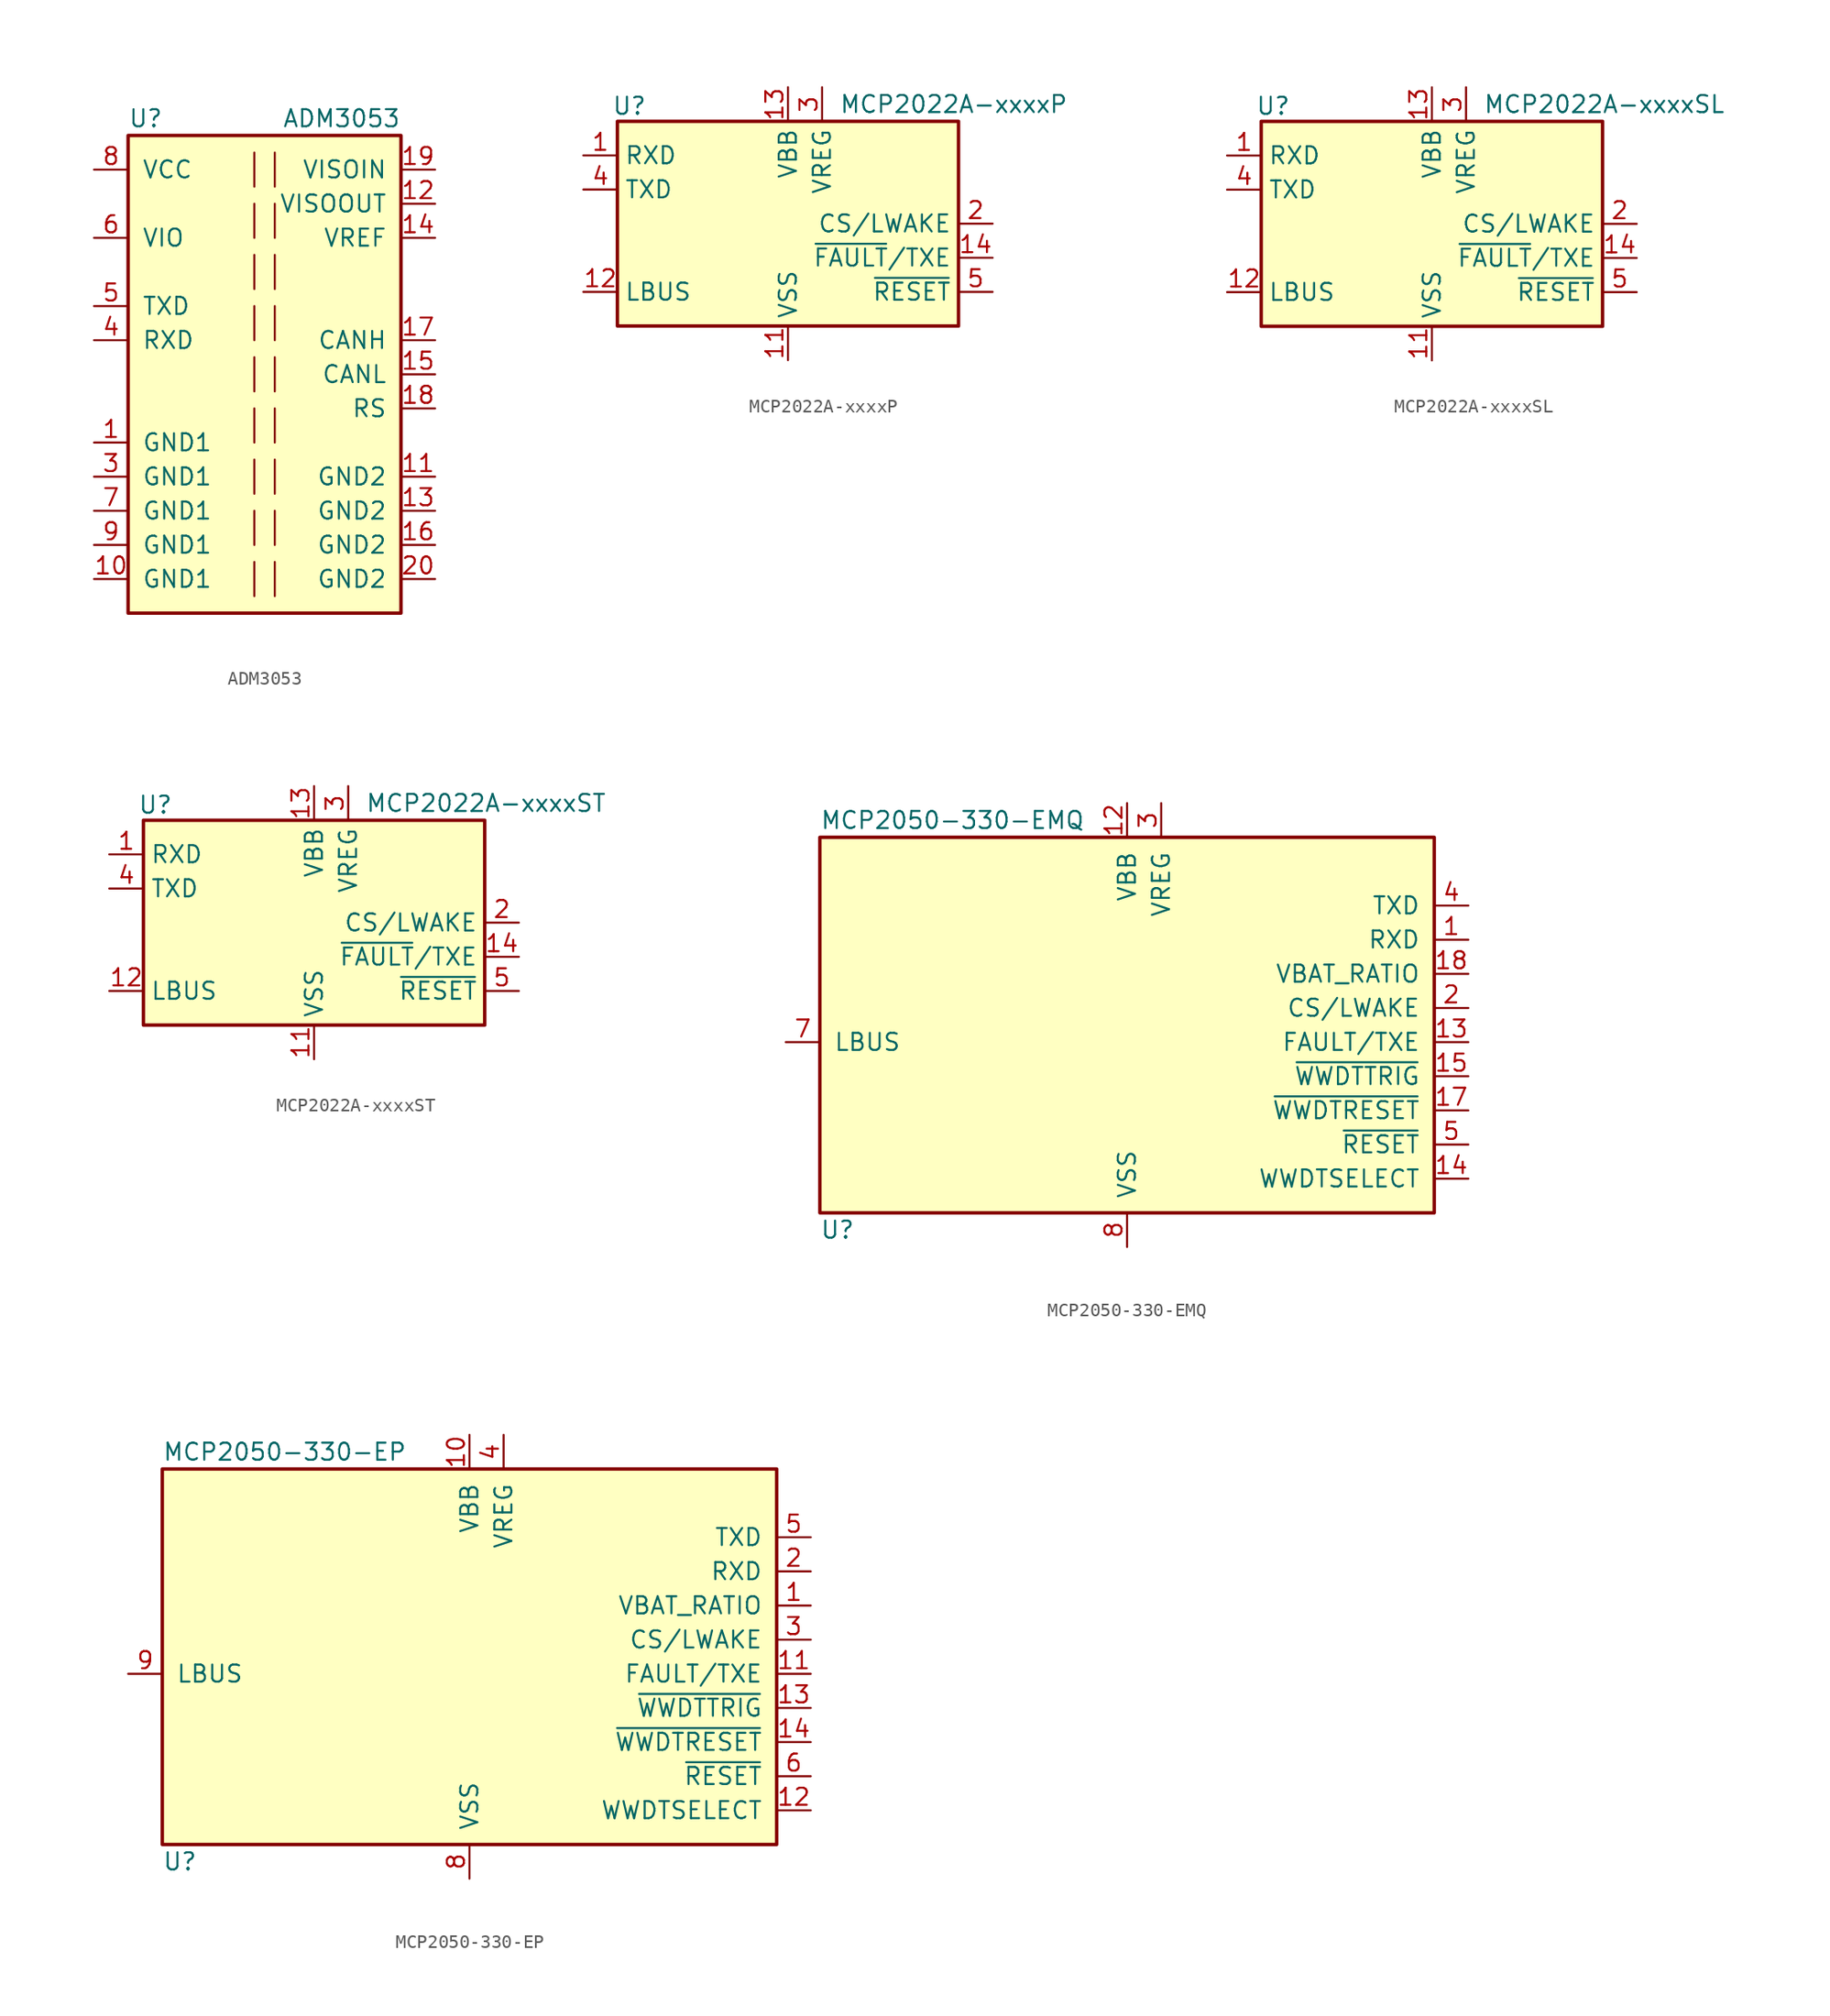
<source format=kicad_sym>
(kicad_symbol_lib
  (version 20200908)
  (generator kicad_symbol_editor)
  (symbol "Interface_CAN_LIN:ADM3053"
    (pin_names
      (offset 1.016))
    (property "Reference" "U"
      (at -10.16 19.05 0)
      (effects (font (size 1.27 1.27)) (justify left)))
    (property "Value" "ADM3053"
      (at 10.16 19.05 0)
      (effects (font (size 1.27 1.27)) (justify right)))
    (symbol "ADM3053_0_1"
      (rectangle (start -10.16 17.78) (end 10.16 -17.78) (stroke (width 0.254)) (fill (type background)))
      (polyline (pts (xy -0.762 -13.97) (xy -0.762 -16.51)) (stroke (width 0)) (fill (type none)))
      (polyline (pts (xy -0.762 -10.16) (xy -0.762 -12.7)) (stroke (width 0)) (fill (type none)))
      (polyline (pts (xy -0.762 -6.35) (xy -0.762 -8.89)) (stroke (width 0)) (fill (type none)))
      (polyline (pts (xy -0.762 -2.54) (xy -0.762 -5.08)) (stroke (width 0)) (fill (type none)))
      (polyline (pts (xy -0.762 1.27) (xy -0.762 -1.27)) (stroke (width 0)) (fill (type none)))
      (polyline (pts (xy -0.762 5.08) (xy -0.762 2.54)) (stroke (width 0)) (fill (type none)))
      (polyline (pts (xy -0.762 8.89) (xy -0.762 6.35)) (stroke (width 0)) (fill (type none)))
      (polyline (pts (xy -0.762 12.7) (xy -0.762 10.16)) (stroke (width 0)) (fill (type none)))
      (polyline (pts (xy -0.762 16.51) (xy -0.762 13.97)) (stroke (width 0)) (fill (type none)))
      (polyline (pts (xy 0.762 -13.97) (xy 0.762 -16.51)) (stroke (width 0)) (fill (type none)))
      (polyline (pts (xy 0.762 -10.16) (xy 0.762 -12.7)) (stroke (width 0)) (fill (type none)))
      (polyline (pts (xy 0.762 -6.35) (xy 0.762 -8.89)) (stroke (width 0)) (fill (type none)))
      (polyline (pts (xy 0.762 -2.54) (xy 0.762 -5.08)) (stroke (width 0)) (fill (type none)))
      (polyline (pts (xy 0.762 1.27) (xy 0.762 -1.27)) (stroke (width 0)) (fill (type none)))
      (polyline (pts (xy 0.762 2.54) (xy 0.762 5.08)) (stroke (width 0)) (fill (type none)))
      (polyline (pts (xy 0.762 6.35) (xy 0.762 8.89)) (stroke (width 0)) (fill (type none)))
      (polyline (pts (xy 0.762 10.16) (xy 0.762 12.7)) (stroke (width 0)) (fill (type none)))
      (polyline (pts (xy 0.762 13.97) (xy 0.762 16.51)) (stroke (width 0)) (fill (type none))))
    (symbol "ADM3053_1_1"
      (pin power_in line (at -12.7 -5.08 0) (length 2.54) (name "GND1" (effects (font (size 1.27 1.27)))) (number "1" (effects (font (size 1.27 1.27)))))
      (pin power_in line (at -12.7 -15.24 0) (length 2.54) (name "GND1" (effects (font (size 1.27 1.27)))) (number "10" (effects (font (size 1.27 1.27)))))
      (pin power_in line (at 12.7 -7.62 180) (length 2.54) (name "GND2" (effects (font (size 1.27 1.27)))) (number "11" (effects (font (size 1.27 1.27)))))
      (pin power_out line (at 12.7 12.7 180) (length 2.54) (name "VISOOUT" (effects (font (size 1.27 1.27)))) (number "12" (effects (font (size 1.27 1.27)))))
      (pin power_in line (at 12.7 -10.16 180) (length 2.54) (name "GND2" (effects (font (size 1.27 1.27)))) (number "13" (effects (font (size 1.27 1.27)))))
      (pin input line (at 12.7 10.16 180) (length 2.54) (name "VREF" (effects (font (size 1.27 1.27)))) (number "14" (effects (font (size 1.27 1.27)))))
      (pin bidirectional line (at 12.7 0 180) (length 2.54) (name "CANL" (effects (font (size 1.27 1.27)))) (number "15" (effects (font (size 1.27 1.27)))))
      (pin power_in line (at 12.7 -12.7 180) (length 2.54) (name "GND2" (effects (font (size 1.27 1.27)))) (number "16" (effects (font (size 1.27 1.27)))))
      (pin bidirectional line (at 12.7 2.54 180) (length 2.54) (name "CANH" (effects (font (size 1.27 1.27)))) (number "17" (effects (font (size 1.27 1.27)))))
      (pin input line (at 12.7 -2.54 180) (length 2.54) (name "RS" (effects (font (size 1.27 1.27)))) (number "18" (effects (font (size 1.27 1.27)))))
      (pin power_in line (at 12.7 15.24 180) (length 2.54) (name "VISOIN" (effects (font (size 1.27 1.27)))) (number "19" (effects (font (size 1.27 1.27)))))
      (pin unconnected line (at -2.54 -17.78 90) (length 2.54) hide (name "NC" (effects (font (size 1.27 1.27)))) (number "2" (effects (font (size 1.27 1.27)))))
      (pin power_in line (at 12.7 -15.24 180) (length 2.54) (name "GND2" (effects (font (size 1.27 1.27)))) (number "20" (effects (font (size 1.27 1.27)))))
      (pin power_in line (at -12.7 -7.62 0) (length 2.54) (name "GND1" (effects (font (size 1.27 1.27)))) (number "3" (effects (font (size 1.27 1.27)))))
      (pin output line (at -12.7 2.54 0) (length 2.54) (name "RXD" (effects (font (size 1.27 1.27)))) (number "4" (effects (font (size 1.27 1.27)))))
      (pin input line (at -12.7 5.08 0) (length 2.54) (name "TXD" (effects (font (size 1.27 1.27)))) (number "5" (effects (font (size 1.27 1.27)))))
      (pin power_in line (at -12.7 10.16 0) (length 2.54) (name "VIO" (effects (font (size 1.27 1.27)))) (number "6" (effects (font (size 1.27 1.27)))))
      (pin power_in line (at -12.7 -10.16 0) (length 2.54) (name "GND1" (effects (font (size 1.27 1.27)))) (number "7" (effects (font (size 1.27 1.27)))))
      (pin power_in line (at -12.7 15.24 0) (length 2.54) (name "VCC" (effects (font (size 1.27 1.27)))) (number "8" (effects (font (size 1.27 1.27)))))
      (pin power_in line (at -12.7 -12.7 0) (length 2.54) (name "GND1" (effects (font (size 1.27 1.27)))) (number "9" (effects (font (size 1.27 1.27)))))))
  (symbol "Interface_CAN_LIN:MCP2022A-xxxxP"
    (property "Reference" "U"
      (at -11.811 8.763 0)
      (effects (font (size 1.27 1.27))))
    (property "Value" "MCP2022A-xxxxP"
      (at 3.81 8.89 0)
      (effects (font (size 1.27 1.27)) (justify left)))
    (symbol "MCP2022A-xxxxP_0_1"
      (rectangle (start -12.7 7.62) (end 12.7 -7.62) (stroke (width 0.254)) (fill (type background))))
    (symbol "MCP2022A-xxxxP_1_1"
      (pin output line (at -15.24 5.08 0) (length 2.54) (name "RXD" (effects (font (size 1.27 1.27)))) (number "1" (effects (font (size 1.27 1.27)))))
      (pin unconnected line (at -10.16 -7.62 90) (length 2.54) hide (name "NC" (effects (font (size 1.27 1.27)))) (number "10" (effects (font (size 1.27 1.27)))))
      (pin power_in line (at 0 -10.16 90) (length 2.54) (name "VSS" (effects (font (size 1.27 1.27)))) (number "11" (effects (font (size 1.27 1.27)))))
      (pin open_collector line (at -15.24 -5.08 0) (length 2.54) (name "LBUS" (effects (font (size 1.27 1.27)))) (number "12" (effects (font (size 1.27 1.27)))))
      (pin power_in line (at 0 10.16 270) (length 2.54) (name "VBB" (effects (font (size 1.27 1.27)))) (number "13" (effects (font (size 1.27 1.27)))))
      (pin open_collector line (at 15.24 -2.54 180) (length 2.54) (name "~FAULT~/TXE" (effects (font (size 1.27 1.27)))) (number "14" (effects (font (size 1.27 1.27)))))
      (pin input line (at 15.24 0 180) (length 2.54) (name "CS/LWAKE" (effects (font (size 1.27 1.27)))) (number "2" (effects (font (size 1.27 1.27)))))
      (pin power_out line (at 2.54 10.16 270) (length 2.54) (name "VREG" (effects (font (size 1.27 1.27)))) (number "3" (effects (font (size 1.27 1.27)))))
      (pin input line (at -15.24 2.54 0) (length 2.54) (name "TXD" (effects (font (size 1.27 1.27)))) (number "4" (effects (font (size 1.27 1.27)))))
      (pin output line (at 15.24 -5.08 180) (length 2.54) (name "~RESET" (effects (font (size 1.27 1.27)))) (number "5" (effects (font (size 1.27 1.27)))))
      (pin unconnected line (at 2.54 -7.62 90) (length 2.54) hide (name "NC" (effects (font (size 1.27 1.27)))) (number "6" (effects (font (size 1.27 1.27)))))
      (pin unconnected line (at -2.54 -7.62 90) (length 2.54) hide (name "NC" (effects (font (size 1.27 1.27)))) (number "7" (effects (font (size 1.27 1.27)))))
      (pin unconnected line (at -5.08 -7.62 90) (length 2.54) hide (name "NC" (effects (font (size 1.27 1.27)))) (number "8" (effects (font (size 1.27 1.27)))))
      (pin unconnected line (at -7.62 -7.62 90) (length 2.54) hide (name "NC" (effects (font (size 1.27 1.27)))) (number "9" (effects (font (size 1.27 1.27)))))))
  (symbol "Interface_CAN_LIN:MCP2022A-xxxxSL"
    (property "Reference" "U"
      (at -11.811 8.763 0)
      (effects (font (size 1.27 1.27))))
    (property "Value" "MCP2022A-xxxxSL"
      (at 3.81 8.89 0)
      (effects (font (size 1.27 1.27)) (justify left)))
    (symbol "MCP2022A-xxxxSL_0_1"
      (rectangle (start -12.7 7.62) (end 12.7 -7.62) (stroke (width 0.254)) (fill (type background))))
    (symbol "MCP2022A-xxxxSL_1_1"
      (pin output line (at -15.24 5.08 0) (length 2.54) (name "RXD" (effects (font (size 1.27 1.27)))) (number "1" (effects (font (size 1.27 1.27)))))
      (pin unconnected line (at -10.16 -7.62 90) (length 2.54) hide (name "NC" (effects (font (size 1.27 1.27)))) (number "10" (effects (font (size 1.27 1.27)))))
      (pin power_in line (at 0 -10.16 90) (length 2.54) (name "VSS" (effects (font (size 1.27 1.27)))) (number "11" (effects (font (size 1.27 1.27)))))
      (pin open_collector line (at -15.24 -5.08 0) (length 2.54) (name "LBUS" (effects (font (size 1.27 1.27)))) (number "12" (effects (font (size 1.27 1.27)))))
      (pin power_in line (at 0 10.16 270) (length 2.54) (name "VBB" (effects (font (size 1.27 1.27)))) (number "13" (effects (font (size 1.27 1.27)))))
      (pin open_collector line (at 15.24 -2.54 180) (length 2.54) (name "~FAULT~/TXE" (effects (font (size 1.27 1.27)))) (number "14" (effects (font (size 1.27 1.27)))))
      (pin input line (at 15.24 0 180) (length 2.54) (name "CS/LWAKE" (effects (font (size 1.27 1.27)))) (number "2" (effects (font (size 1.27 1.27)))))
      (pin power_out line (at 2.54 10.16 270) (length 2.54) (name "VREG" (effects (font (size 1.27 1.27)))) (number "3" (effects (font (size 1.27 1.27)))))
      (pin input line (at -15.24 2.54 0) (length 2.54) (name "TXD" (effects (font (size 1.27 1.27)))) (number "4" (effects (font (size 1.27 1.27)))))
      (pin output line (at 15.24 -5.08 180) (length 2.54) (name "~RESET" (effects (font (size 1.27 1.27)))) (number "5" (effects (font (size 1.27 1.27)))))
      (pin unconnected line (at 2.54 -7.62 90) (length 2.54) hide (name "NC" (effects (font (size 1.27 1.27)))) (number "6" (effects (font (size 1.27 1.27)))))
      (pin unconnected line (at -2.54 -7.62 90) (length 2.54) hide (name "NC" (effects (font (size 1.27 1.27)))) (number "7" (effects (font (size 1.27 1.27)))))
      (pin unconnected line (at -5.08 -7.62 90) (length 2.54) hide (name "NC" (effects (font (size 1.27 1.27)))) (number "8" (effects (font (size 1.27 1.27)))))
      (pin unconnected line (at -7.62 -7.62 90) (length 2.54) hide (name "NC" (effects (font (size 1.27 1.27)))) (number "9" (effects (font (size 1.27 1.27)))))))
  (symbol "Interface_CAN_LIN:MCP2022A-xxxxST"
    (property "Reference" "U"
      (at -11.811 8.763 0)
      (effects (font (size 1.27 1.27))))
    (property "Value" "MCP2022A-xxxxST"
      (at 3.81 8.89 0)
      (effects (font (size 1.27 1.27)) (justify left)))
    (symbol "MCP2022A-xxxxST_0_1"
      (rectangle (start -12.7 7.62) (end 12.7 -7.62) (stroke (width 0.254)) (fill (type background))))
    (symbol "MCP2022A-xxxxST_1_1"
      (pin output line (at -15.24 5.08 0) (length 2.54) (name "RXD" (effects (font (size 1.27 1.27)))) (number "1" (effects (font (size 1.27 1.27)))))
      (pin unconnected line (at -10.16 -7.62 90) (length 2.54) hide (name "NC" (effects (font (size 1.27 1.27)))) (number "10" (effects (font (size 1.27 1.27)))))
      (pin power_in line (at 0 -10.16 90) (length 2.54) (name "VSS" (effects (font (size 1.27 1.27)))) (number "11" (effects (font (size 1.27 1.27)))))
      (pin open_collector line (at -15.24 -5.08 0) (length 2.54) (name "LBUS" (effects (font (size 1.27 1.27)))) (number "12" (effects (font (size 1.27 1.27)))))
      (pin power_in line (at 0 10.16 270) (length 2.54) (name "VBB" (effects (font (size 1.27 1.27)))) (number "13" (effects (font (size 1.27 1.27)))))
      (pin open_collector line (at 15.24 -2.54 180) (length 2.54) (name "~FAULT~/TXE" (effects (font (size 1.27 1.27)))) (number "14" (effects (font (size 1.27 1.27)))))
      (pin input line (at 15.24 0 180) (length 2.54) (name "CS/LWAKE" (effects (font (size 1.27 1.27)))) (number "2" (effects (font (size 1.27 1.27)))))
      (pin power_out line (at 2.54 10.16 270) (length 2.54) (name "VREG" (effects (font (size 1.27 1.27)))) (number "3" (effects (font (size 1.27 1.27)))))
      (pin input line (at -15.24 2.54 0) (length 2.54) (name "TXD" (effects (font (size 1.27 1.27)))) (number "4" (effects (font (size 1.27 1.27)))))
      (pin output line (at 15.24 -5.08 180) (length 2.54) (name "~RESET" (effects (font (size 1.27 1.27)))) (number "5" (effects (font (size 1.27 1.27)))))
      (pin unconnected line (at 2.54 -7.62 90) (length 2.54) hide (name "NC" (effects (font (size 1.27 1.27)))) (number "6" (effects (font (size 1.27 1.27)))))
      (pin unconnected line (at -2.54 -7.62 90) (length 2.54) hide (name "NC" (effects (font (size 1.27 1.27)))) (number "7" (effects (font (size 1.27 1.27)))))
      (pin unconnected line (at -5.08 -7.62 90) (length 2.54) hide (name "NC" (effects (font (size 1.27 1.27)))) (number "8" (effects (font (size 1.27 1.27)))))
      (pin unconnected line (at -7.62 -7.62 90) (length 2.54) hide (name "NC" (effects (font (size 1.27 1.27)))) (number "9" (effects (font (size 1.27 1.27)))))))
  (symbol "Interface_CAN_LIN:MCP2050-330-EMQ"
    (pin_names
      (offset 1.016))
    (property "Reference" "U"
      (at -22.86 -13.97 0)
      (effects (font (size 1.27 1.27)) (justify left)))
    (property "Value" "MCP2050-330-EMQ"
      (at -22.86 16.51 0)
      (effects (font (size 1.27 1.27)) (justify left)))
    (symbol "MCP2050-330-EMQ_0_1"
      (rectangle (start -22.86 15.24) (end 22.86 -12.7) (stroke (width 0.254)) (fill (type background))))
    (symbol "MCP2050-330-EMQ_1_1"
      (pin output line (at 25.4 7.62 180) (length 2.54) (name "RXD" (effects (font (size 1.27 1.27)))) (number "1" (effects (font (size 1.27 1.27)))))
      (pin unconnected line (at -25.4 7.62 0) (length 2.54) hide (name "NC" (effects (font (size 1.27 1.27)))) (number "10" (effects (font (size 1.27 1.27)))))
      (pin unconnected line (at -25.4 5.08 0) (length 2.54) hide (name "NC" (effects (font (size 1.27 1.27)))) (number "11" (effects (font (size 1.27 1.27)))))
      (pin power_in line (at 0 17.78 270) (length 2.54) (name "VBB" (effects (font (size 1.27 1.27)))) (number "12" (effects (font (size 1.27 1.27)))))
      (pin open_collector line (at 25.4 0 180) (length 2.54) (name "FAULT/TXE" (effects (font (size 1.27 1.27)))) (number "13" (effects (font (size 1.27 1.27)))))
      (pin input line (at 25.4 -10.16 180) (length 2.54) (name "WWDTSELECT" (effects (font (size 1.27 1.27)))) (number "14" (effects (font (size 1.27 1.27)))))
      (pin input line (at 25.4 -2.54 180) (length 2.54) (name "~WWDTTRIG" (effects (font (size 1.27 1.27)))) (number "15" (effects (font (size 1.27 1.27)))))
      (pin unconnected line (at -25.4 2.54 0) (length 2.54) hide (name "NC" (effects (font (size 1.27 1.27)))) (number "16" (effects (font (size 1.27 1.27)))))
      (pin output line (at 25.4 -5.08 180) (length 2.54) (name "~WWDTRESET" (effects (font (size 1.27 1.27)))) (number "17" (effects (font (size 1.27 1.27)))))
      (pin output line (at 25.4 5.08 180) (length 2.54) (name "VBAT_RATIO" (effects (font (size 1.27 1.27)))) (number "18" (effects (font (size 1.27 1.27)))))
      (pin unconnected line (at -25.4 -2.54 0) (length 2.54) hide (name "NC" (effects (font (size 1.27 1.27)))) (number "19" (effects (font (size 1.27 1.27)))))
      (pin input line (at 25.4 2.54 180) (length 2.54) (name "CS/LWAKE" (effects (font (size 1.27 1.27)))) (number "2" (effects (font (size 1.27 1.27)))))
      (pin unconnected line (at -25.4 -5.08 0) (length 2.54) hide (name "NC" (effects (font (size 1.27 1.27)))) (number "20" (effects (font (size 1.27 1.27)))))
      (pin unconnected line (at -25.4 -7.62 0) (length 2.54) hide (name "PAD" (effects (font (size 1.27 1.27)))) (number "21" (effects (font (size 1.27 1.27)))))
      (pin power_out line (at 2.54 17.78 270) (length 2.54) (name "VREG" (effects (font (size 1.27 1.27)))) (number "3" (effects (font (size 1.27 1.27)))))
      (pin input line (at 25.4 10.16 180) (length 2.54) (name "TXD" (effects (font (size 1.27 1.27)))) (number "4" (effects (font (size 1.27 1.27)))))
      (pin output line (at 25.4 -7.62 180) (length 2.54) (name "~RESET" (effects (font (size 1.27 1.27)))) (number "5" (effects (font (size 1.27 1.27)))))
      (pin unconnected line (at -25.4 12.7 0) (length 2.54) hide (name "NC" (effects (font (size 1.27 1.27)))) (number "6" (effects (font (size 1.27 1.27)))))
      (pin open_collector line (at -25.4 0 0) (length 2.54) (name "LBUS" (effects (font (size 1.27 1.27)))) (number "7" (effects (font (size 1.27 1.27)))))
      (pin power_in line (at 0 -15.24 90) (length 2.54) (name "VSS" (effects (font (size 1.27 1.27)))) (number "8" (effects (font (size 1.27 1.27)))))
      (pin unconnected line (at -25.4 10.16 0) (length 2.54) hide (name "NC" (effects (font (size 1.27 1.27)))) (number "9" (effects (font (size 1.27 1.27)))))))
  (symbol "Interface_CAN_LIN:MCP2050-330-EP"
    (pin_names
      (offset 1.016))
    (property "Reference" "U"
      (at -22.86 -13.97 0)
      (effects (font (size 1.27 1.27)) (justify left)))
    (property "Value" "MCP2050-330-EP"
      (at -22.86 16.51 0)
      (effects (font (size 1.27 1.27)) (justify left)))
    (symbol "MCP2050-330-EP_0_1"
      (rectangle (start -22.86 15.24) (end 22.86 -12.7) (stroke (width 0.254)) (fill (type background))))
    (symbol "MCP2050-330-EP_1_1"
      (pin output line (at 25.4 5.08 180) (length 2.54) (name "VBAT_RATIO" (effects (font (size 1.27 1.27)))) (number "1" (effects (font (size 1.27 1.27)))))
      (pin power_in line (at 0 17.78 270) (length 2.54) (name "VBB" (effects (font (size 1.27 1.27)))) (number "10" (effects (font (size 1.27 1.27)))))
      (pin open_collector line (at 25.4 0 180) (length 2.54) (name "FAULT/TXE" (effects (font (size 1.27 1.27)))) (number "11" (effects (font (size 1.27 1.27)))))
      (pin input line (at 25.4 -10.16 180) (length 2.54) (name "WWDTSELECT" (effects (font (size 1.27 1.27)))) (number "12" (effects (font (size 1.27 1.27)))))
      (pin input line (at 25.4 -2.54 180) (length 2.54) (name "~WWDTTRIG" (effects (font (size 1.27 1.27)))) (number "13" (effects (font (size 1.27 1.27)))))
      (pin output line (at 25.4 -5.08 180) (length 2.54) (name "~WWDTRESET" (effects (font (size 1.27 1.27)))) (number "14" (effects (font (size 1.27 1.27)))))
      (pin output line (at 25.4 7.62 180) (length 2.54) (name "RXD" (effects (font (size 1.27 1.27)))) (number "2" (effects (font (size 1.27 1.27)))))
      (pin input line (at 25.4 2.54 180) (length 2.54) (name "CS/LWAKE" (effects (font (size 1.27 1.27)))) (number "3" (effects (font (size 1.27 1.27)))))
      (pin power_out line (at 2.54 17.78 270) (length 2.54) (name "VREG" (effects (font (size 1.27 1.27)))) (number "4" (effects (font (size 1.27 1.27)))))
      (pin input line (at 25.4 10.16 180) (length 2.54) (name "TXD" (effects (font (size 1.27 1.27)))) (number "5" (effects (font (size 1.27 1.27)))))
      (pin output line (at 25.4 -7.62 180) (length 2.54) (name "~RESET" (effects (font (size 1.27 1.27)))) (number "6" (effects (font (size 1.27 1.27)))))
      (pin unconnected line (at -25.4 -7.62 0) (length 2.54) hide (name "NC" (effects (font (size 1.27 1.27)))) (number "7" (effects (font (size 1.27 1.27)))))
      (pin power_in line (at 0 -15.24 90) (length 2.54) (name "VSS" (effects (font (size 1.27 1.27)))) (number "8" (effects (font (size 1.27 1.27)))))
      (pin open_collector line (at -25.4 0 0) (length 2.54) (name "LBUS" (effects (font (size 1.27 1.27)))) (number "9" (effects (font (size 1.27 1.27))))))))
</source>
